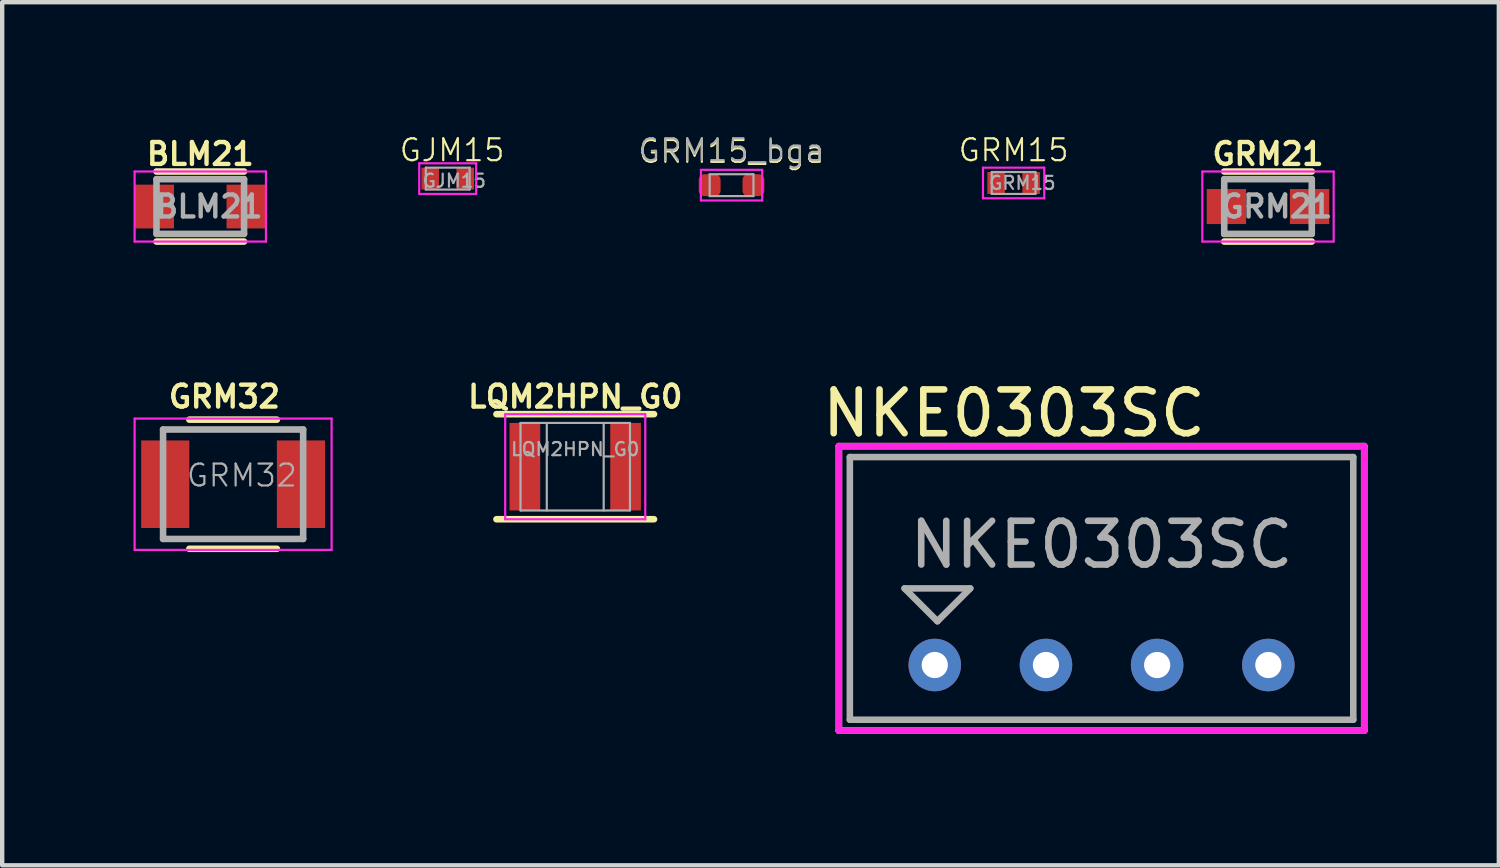
<source format=kicad_pcb>
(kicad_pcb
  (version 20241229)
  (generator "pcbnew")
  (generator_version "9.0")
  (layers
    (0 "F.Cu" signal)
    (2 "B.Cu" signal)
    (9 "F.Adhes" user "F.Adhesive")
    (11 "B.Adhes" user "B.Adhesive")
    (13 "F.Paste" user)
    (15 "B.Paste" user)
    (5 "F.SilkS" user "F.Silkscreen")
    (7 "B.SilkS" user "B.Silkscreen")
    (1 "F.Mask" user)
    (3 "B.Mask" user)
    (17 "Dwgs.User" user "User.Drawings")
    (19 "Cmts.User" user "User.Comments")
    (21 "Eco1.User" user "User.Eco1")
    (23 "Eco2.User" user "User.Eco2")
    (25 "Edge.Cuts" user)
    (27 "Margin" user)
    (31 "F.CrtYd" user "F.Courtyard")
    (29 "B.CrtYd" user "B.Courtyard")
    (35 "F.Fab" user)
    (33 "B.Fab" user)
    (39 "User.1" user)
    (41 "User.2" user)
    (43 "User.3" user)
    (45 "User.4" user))
  (footprint "GRM21"
    (layer "F.Cu")
    (at 25.915 1.668)
    (property "Reference" "GRM21" (at 0 -1.2 0) (layer "F.SilkS") (effects (font (size 0.5 0.5) (thickness 0.1))))
    (attr smd)
    (fp_line (start -1 0.8) (end 1 0.8) (stroke (width 0.15) (type solid)) (layer "F.SilkS"))
    (fp_line (start 1 -0.8) (end -1 -0.8) (stroke (width 0.15) (type solid)) (layer "F.SilkS"))
    (fp_line (start -1.5 -0.8) (end -1.5 0.8) (stroke (width 0.05) (type solid)) (layer "F.CrtYd"))
    (fp_line (start -1.5 -0.8) (end 1.5 -0.8) (stroke (width 0.05) (type solid)) (layer "F.CrtYd"))
    (fp_line (start -1.5 0.8) (end 1.5 0.8) (stroke (width 0.05) (type solid)) (layer "F.CrtYd"))
    (fp_line (start 1.5 -0.8) (end 1.5 0.8) (stroke (width 0.05) (type solid)) (layer "F.CrtYd"))
    (fp_line (start -1 -0.625) (end -1 0.625) (stroke (width 0.15) (type solid)) (layer "F.Fab"))
    (fp_line (start -1 0.625) (end 1 0.625) (stroke (width 0.15) (type solid)) (layer "F.Fab"))
    (fp_line (start 1 -0.625) (end -1 -0.625) (stroke (width 0.15) (type solid)) (layer "F.Fab"))
    (fp_line (start 1 0.625) (end 1 -0.625) (stroke (width 0.15) (type solid)) (layer "F.Fab"))
    (fp_text user "${REFERENCE}" (at 0.2 0 0) (layer "F.Fab") (effects (font (size 0.5 0.5) (thickness 0.1))))
    (pad "1" smd rect (at -0.95 0) (size 0.9 0.8) (layers "F.Cu" "F.Mask" "F.Paste"))
    (pad "2" smd rect (at 0.95 0) (size 0.9 0.8) (layers "F.Cu" "F.Mask" "F.Paste")))
  (footprint "GRM15"
    (layer "F.Cu")
    (at 20.104 1.13)
    (property "Reference" "GRM15" (at 0 -0.75 0) (layer "F.SilkS") (effects (font (size 0.5 0.5) (thickness 0.05))))
    (attr smd)
    (fp_line (start -0.7 -0.35) (end -0.7 0.35) (stroke (width 0.05) (type solid)) (layer "F.CrtYd"))
    (fp_line (start -0.7 -0.35) (end 0.7 -0.35) (stroke (width 0.05) (type solid)) (layer "F.CrtYd"))
    (fp_line (start -0.7 0.35) (end 0.7 0.35) (stroke (width 0.05) (type solid)) (layer "F.CrtYd"))
    (fp_line (start 0.7 -0.35) (end 0.7 0.35) (stroke (width 0.05) (type solid)) (layer "F.CrtYd"))
    (fp_line (start -0.5 -0.25) (end 0.5 -0.25) (stroke (width 0.05) (type solid)) (layer "F.Fab"))
    (fp_line (start -0.5 0.25) (end -0.5 -0.25) (stroke (width 0.05) (type solid)) (layer "F.Fab"))
    (fp_line (start 0.5 -0.25) (end 0.5 0.25) (stroke (width 0.05) (type solid)) (layer "F.Fab"))
    (fp_line (start 0.5 0.25) (end -0.5 0.25) (stroke (width 0.05) (type solid)) (layer "F.Fab"))
    (fp_text user "${REFERENCE}" (at 0.2 0 0) (layer "F.Fab") (effects (font (size 0.3 0.3) (thickness 0.05))))
    (pad "1" smd rect (at -0.4 0) (size 0.4 0.5) (layers "F.Cu" "F.Mask" "F.Paste"))
    (pad "2" smd rect (at 0.4 0) (size 0.4 0.5) (layers "F.Cu" "F.Mask" "F.Paste")))
  (footprint "NKE0303SC"
    (layer "F.Cu")
    (at 22.113 12.141)
    (property "Reference" "NKE0303SC" (at -2 -5.75 0) (layer "F.SilkS") (effects (font (size 1 1) (thickness 0.15))))
    (attr smd)
    (fp_line (start -6 -5) (end 6 -5) (stroke (width 0.15) (type solid)) (layer "F.SilkS"))
    (fp_line (start -6 1.5) (end -6 -5) (stroke (width 0.15) (type solid)) (layer "F.SilkS"))
    (fp_line (start 6 -5) (end 6 1.5) (stroke (width 0.15) (type solid)) (layer "F.SilkS"))
    (fp_line (start 6 1.5) (end -6 1.5) (stroke (width 0.15) (type solid)) (layer "F.SilkS"))
    (fp_line (start -6 -5) (end 6 -5) (stroke (width 0.15) (type solid)) (layer "F.CrtYd"))
    (fp_line (start -6 1.5) (end -6 -5) (stroke (width 0.15) (type solid)) (layer "F.CrtYd"))
    (fp_line (start 6 -5) (end 6 1.5) (stroke (width 0.15) (type solid)) (layer "F.CrtYd"))
    (fp_line (start 6 1.5) (end -6 1.5) (stroke (width 0.15) (type solid)) (layer "F.CrtYd"))
    (fp_line (start -5.75 -4.75) (end -5.75 1.25) (stroke (width 0.15) (type solid)) (layer "F.Fab"))
    (fp_line (start -5.75 1.25) (end 5.75 1.25) (stroke (width 0.15) (type solid)) (layer "F.Fab"))
    (fp_line (start -4.5 -1.75) (end -3.75 -1) (stroke (width 0.15) (type solid)) (layer "F.Fab"))
    (fp_line (start -3.75 -1) (end -3 -1.75) (stroke (width 0.15) (type solid)) (layer "F.Fab"))
    (fp_line (start -3 -1.75) (end -4.5 -1.75) (stroke (width 0.15) (type solid)) (layer "F.Fab"))
    (fp_line (start 5.75 -4.75) (end -5.75 -4.75) (stroke (width 0.15) (type solid)) (layer "F.Fab"))
    (fp_line (start 5.75 1.25) (end 5.75 -4.75) (stroke (width 0.15) (type solid)) (layer "F.Fab"))
    (fp_text user "${REFERENCE}" (at 0 -2.75 0) (layer "F.Fab") (effects (font (size 1 1) (thickness 0.15))))
    (pad "1" thru_hole circle (at -3.81 0) (size 1.2 1.2) (drill 0.6) (layers "*.Cu" "*.Mask"))
    (pad "2" thru_hole circle (at -1.27 0) (size 1.2 1.2) (drill 0.6) (layers "*.Cu" "*.Mask"))
    (pad "3" thru_hole circle (at 1.27 0) (size 1.2 1.2) (drill 0.6) (layers "*.Cu" "*.Mask"))
    (pad "4" thru_hole circle (at 3.81 0) (size 1.2 1.2) (drill 0.6) (layers "*.Cu" "*.Mask")))
  (footprint "GRM15_bga"
    (layer "F.Cu")
    (at 13.661 1.18)
    (property "Reference" "GRM15_bga" (at 0 -0.762 0) (layer "F.SilkS") (effects (font (size 0.5 0.5) (thickness 0.05))))
    (attr smd)
    (fp_line (start -0.7 -0.35) (end -0.7 0.35) (stroke (width 0.05) (type solid)) (layer "F.CrtYd"))
    (fp_line (start -0.7 -0.35) (end 0.7 -0.35) (stroke (width 0.05) (type solid)) (layer "F.CrtYd"))
    (fp_line (start -0.7 0.35) (end 0.7 0.35) (stroke (width 0.05) (type solid)) (layer "F.CrtYd"))
    (fp_line (start 0.7 -0.35) (end 0.7 0.35) (stroke (width 0.05) (type solid)) (layer "F.CrtYd"))
    (fp_line (start -0.5 -0.25) (end 0.5 -0.25) (stroke (width 0.05) (type solid)) (layer "F.Fab"))
    (fp_line (start -0.5 0.25) (end -0.5 -0.25) (stroke (width 0.05) (type solid)) (layer "F.Fab"))
    (fp_line (start 0.5 -0.25) (end 0.5 0.25) (stroke (width 0.05) (type solid)) (layer "F.Fab"))
    (fp_line (start 0.5 0.25) (end -0.5 0.25) (stroke (width 0.05) (type solid)) (layer "F.Fab"))
    (fp_text user "${REFERENCE}" (at 0 -0.8 0) (layer "F.Fab") (effects (font (size 0.5 0.5) (thickness 0.05))))
    (pad "1" smd roundrect (at -0.5 0) (size 0.5 0.5) (layers "F.Cu" "F.Mask" "F.Paste") (roundrect_rratio 0.25))
    (pad "2" smd roundrect (at 0.5 0) (size 0.5 0.5) (layers "F.Cu" "F.Mask" "F.Paste") (roundrect_rratio 0.25)))
  (footprint "LQM2HPN_G0"
    (layer "F.Cu")
    (at 10.09 7.611)
    (property "Reference" "LQM2HPN_G0" (at 0 -1.6 0) (layer "F.SilkS") (effects (font (size 0.5 0.5) (thickness 0.1))))
    (attr smd)
    (fp_line (start -1.8 -1.2) (end 1.8 -1.2) (stroke (width 0.15) (type solid)) (layer "F.SilkS"))
    (fp_line (start -1.8 1.2) (end 1.8 1.2) (stroke (width 0.15) (type solid)) (layer "F.SilkS"))
    (fp_line (start -1.6 -1.2) (end -1.6 1.2) (stroke (width 0.05) (type solid)) (layer "F.CrtYd"))
    (fp_line (start -1.6 -1.2) (end 1.6 -1.2) (stroke (width 0.05) (type solid)) (layer "F.CrtYd"))
    (fp_line (start -1.6 1.2) (end 1.6 1.2) (stroke (width 0.05) (type solid)) (layer "F.CrtYd"))
    (fp_line (start 1.6 -1.2) (end 1.6 1.2) (stroke (width 0.05) (type solid)) (layer "F.CrtYd"))
    (fp_line (start -1.25 -1) (end 1.25 -1) (stroke (width 0.05) (type solid)) (layer "F.Fab"))
    (fp_line (start -1.25 1) (end -1.25 -1) (stroke (width 0.05) (type solid)) (layer "F.Fab"))
    (fp_line (start -0.65 1) (end -0.65 -1) (stroke (width 0.05) (type solid)) (layer "F.Fab"))
    (fp_line (start 0.65 -1) (end 0.65 1) (stroke (width 0.05) (type solid)) (layer "F.Fab"))
    (fp_line (start 1.25 -1) (end 1.25 1) (stroke (width 0.05) (type solid)) (layer "F.Fab"))
    (fp_line (start 1.25 1) (end -1.25 1) (stroke (width 0.05) (type solid)) (layer "F.Fab"))
    (fp_text user "${REFERENCE}" (at 0 -0.4 0) (layer "F.Fab") (effects (font (size 0.3 0.3) (thickness 0.05))))
    (pad "1" smd rect (at -1.15 0) (size 0.7 2) (layers "F.Cu" "F.Mask" "F.Paste"))
    (pad "2" smd rect (at 1.15 0) (size 0.7 2) (layers "F.Cu" "F.Mask" "F.Paste")))
  (footprint "BLM21"
    (layer "F.Cu")
    (at 1.525 1.668)
    (property "Reference" "BLM21" (at 0 -1.2 0) (layer "F.SilkS") (effects (font (size 0.5 0.5) (thickness 0.1))))
    (attr smd)
    (fp_line (start -1 0.8) (end 1 0.8) (stroke (width 0.15) (type solid)) (layer "F.SilkS"))
    (fp_line (start 1 -0.8) (end -1 -0.8) (stroke (width 0.15) (type solid)) (layer "F.SilkS"))
    (fp_line (start -1.5 -0.8) (end -1.5 0.8) (stroke (width 0.05) (type solid)) (layer "F.CrtYd"))
    (fp_line (start -1.5 -0.8) (end 1.5 -0.8) (stroke (width 0.05) (type solid)) (layer "F.CrtYd"))
    (fp_line (start -1.5 0.8) (end 1.5 0.8) (stroke (width 0.05) (type solid)) (layer "F.CrtYd"))
    (fp_line (start 1.5 -0.8) (end 1.5 0.8) (stroke (width 0.05) (type solid)) (layer "F.CrtYd"))
    (fp_line (start -1 -0.625) (end -1 0.625) (stroke (width 0.15) (type solid)) (layer "F.Fab"))
    (fp_line (start -1 0.625) (end 1 0.625) (stroke (width 0.15) (type solid)) (layer "F.Fab"))
    (fp_line (start 1 -0.625) (end -1 -0.625) (stroke (width 0.15) (type solid)) (layer "F.Fab"))
    (fp_line (start 1 0.625) (end 1 -0.625) (stroke (width 0.15) (type solid)) (layer "F.Fab"))
    (fp_text user "${REFERENCE}" (at 0.2 0 0) (layer "F.Fab") (effects (font (size 0.5 0.5) (thickness 0.1))))
    (pad "1" smd rect (at -1.05 0) (size 0.9 1) (layers "F.Cu" "F.Mask" "F.Paste"))
    (pad "2" smd rect (at 1.05 0) (size 0.9 1) (layers "F.Cu" "F.Mask" "F.Paste")))
  (footprint "GJM15"
    (layer "F.Cu")
    (at 7.177 1.03)
    (property "Reference" "GJM15" (at 0.1 -0.65 0) (layer "F.SilkS") (effects (font (size 0.5 0.5) (thickness 0.05))))
    (attr smd)
    (fp_line (start -0.65 -0.35) (end -0.65 0.35) (stroke (width 0.05) (type solid)) (layer "F.CrtYd"))
    (fp_line (start -0.65 -0.35) (end 0.65 -0.35) (stroke (width 0.05) (type solid)) (layer "F.CrtYd"))
    (fp_line (start -0.65 0.35) (end 0.65 0.35) (stroke (width 0.05) (type solid)) (layer "F.CrtYd"))
    (fp_line (start 0.65 -0.35) (end 0.65 0.35) (stroke (width 0.05) (type solid)) (layer "F.CrtYd"))
    (fp_line (start -0.5 -0.25) (end 0.5 -0.25) (stroke (width 0.05) (type solid)) (layer "F.Fab"))
    (fp_line (start -0.5 0.25) (end -0.5 -0.25) (stroke (width 0.05) (type solid)) (layer "F.Fab"))
    (fp_line (start 0.5 -0.25) (end 0.5 0.25) (stroke (width 0.05) (type solid)) (layer "F.Fab"))
    (fp_line (start 0.5 0.25) (end -0.5 0.25) (stroke (width 0.05) (type solid)) (layer "F.Fab"))
    (fp_text user "${REFERENCE}" (at 0.15 0.05 0) (layer "F.Fab") (effects (font (size 0.3 0.3) (thickness 0.05))))
    (pad "1" smd rect (at -0.4 0) (size 0.4 0.5) (layers "F.Cu" "F.Mask" "F.Paste"))
    (pad "2" smd rect (at 0.4 0) (size 0.4 0.5) (layers "F.Cu" "F.Mask" "F.Paste")))
  (footprint "GRM32"
    (layer "F.Cu")
    (at 2.275 8.011)
    (property "Reference" "GRM32" (at -0.2 -2 0) (layer "F.SilkS") (effects (font (size 0.5 0.5) (thickness 0.1))))
    (attr smd)
    (fp_line (start -1 1.475) (end 1 1.475) (stroke (width 0.15) (type solid)) (layer "F.SilkS"))
    (fp_line (start 1 -1.475) (end -1 -1.475) (stroke (width 0.15) (type solid)) (layer "F.SilkS"))
    (fp_line (start -2.25 -1.5) (end -2.25 1.5) (stroke (width 0.05) (type solid)) (layer "F.CrtYd"))
    (fp_line (start -2.25 -1.5) (end 2.25 -1.5) (stroke (width 0.05) (type solid)) (layer "F.CrtYd"))
    (fp_line (start -2.25 1.5) (end 2.25 1.5) (stroke (width 0.05) (type solid)) (layer "F.CrtYd"))
    (fp_line (start 2.25 -1.5) (end 2.25 1.5) (stroke (width 0.05) (type solid)) (layer "F.CrtYd"))
    (fp_line (start -1.6 -1.25) (end -1.6 1.25) (stroke (width 0.15) (type solid)) (layer "F.Fab"))
    (fp_line (start -1.6 1.25) (end 1.6 1.25) (stroke (width 0.15) (type solid)) (layer "F.Fab"))
    (fp_line (start 1.6 -1.25) (end -1.6 -1.25) (stroke (width 0.15) (type solid)) (layer "F.Fab"))
    (fp_line (start 1.6 1.25) (end 1.6 -1.25) (stroke (width 0.15) (type solid)) (layer "F.Fab"))
    (fp_text user "${REFERENCE}" (at 0.2 -0.2 0) (layer "F.Fab") (effects (font (size 0.5 0.5) (thickness 0.05))))
    (pad "1" smd rect (at -1.55 0) (size 1.1 2) (layers "F.Cu" "F.Mask" "F.Paste"))
    (pad "2" smd rect (at 1.55 0) (size 1.1 2) (layers "F.Cu" "F.Mask" "F.Paste")))
  (gr_rect
    (start -3 -3)
    (end 31.188 16.716)
    (stroke (width 0.1) (type default))
    (fill no)
    (layer "Edge.Cuts")))
</source>
